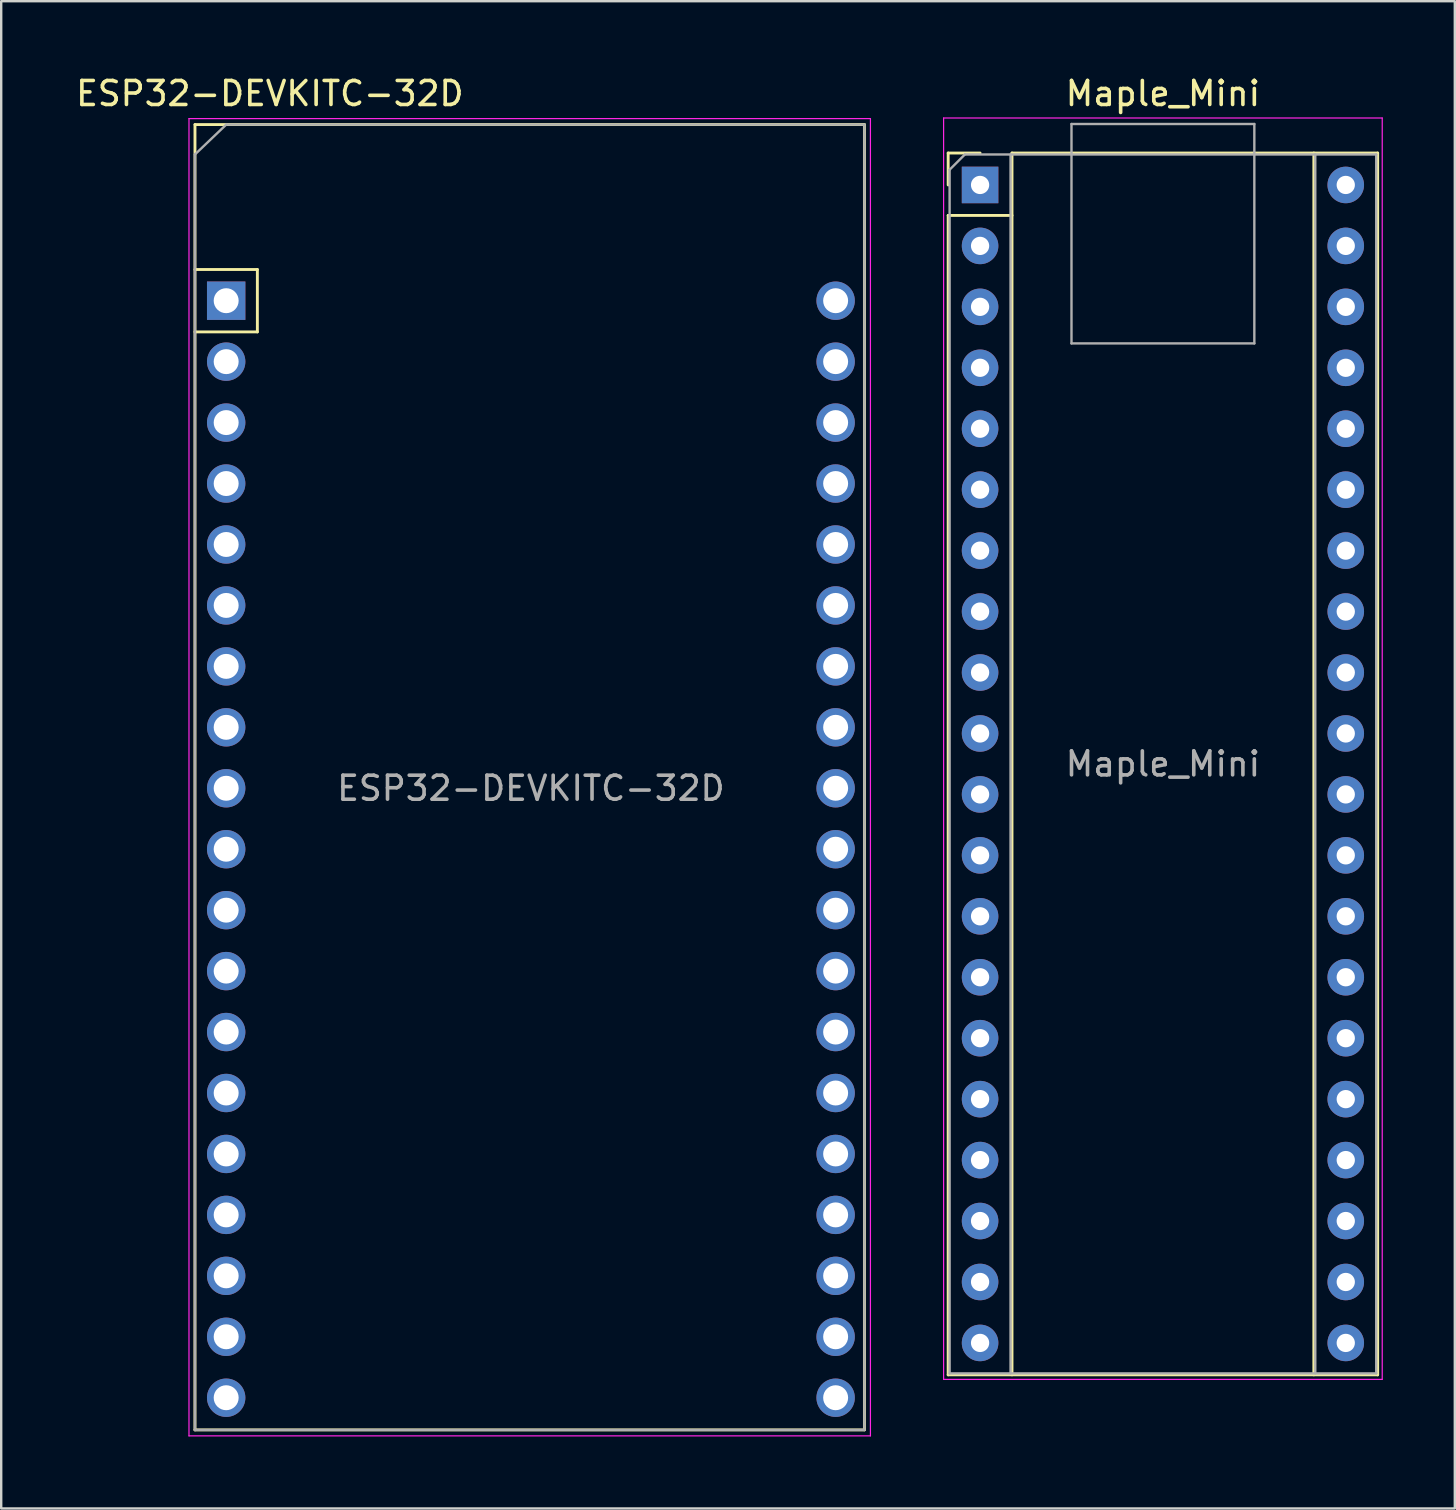
<source format=kicad_pcb>
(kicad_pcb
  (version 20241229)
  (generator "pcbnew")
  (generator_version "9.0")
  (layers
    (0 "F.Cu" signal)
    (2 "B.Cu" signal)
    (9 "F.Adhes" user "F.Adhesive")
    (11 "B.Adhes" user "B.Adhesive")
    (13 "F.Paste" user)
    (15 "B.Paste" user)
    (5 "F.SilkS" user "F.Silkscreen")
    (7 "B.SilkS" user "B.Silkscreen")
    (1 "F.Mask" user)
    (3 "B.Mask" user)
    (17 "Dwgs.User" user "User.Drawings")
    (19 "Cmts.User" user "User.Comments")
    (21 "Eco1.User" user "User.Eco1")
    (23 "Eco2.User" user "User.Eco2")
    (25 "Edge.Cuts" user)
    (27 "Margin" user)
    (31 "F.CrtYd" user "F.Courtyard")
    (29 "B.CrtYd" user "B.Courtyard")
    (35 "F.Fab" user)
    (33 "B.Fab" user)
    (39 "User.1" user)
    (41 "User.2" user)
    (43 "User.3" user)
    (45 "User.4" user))
  (footprint "Maple_Mini"
    (layer "F.Cu")
    (at 37.796 4.658)
    (property "Reference" "Maple_Mini" (at 7.62 -3.81 0) (layer "F.SilkS") (effects (font (size 1 1) (thickness 0.15))))
    (attr through_hole)
    (fp_line (start -1.33 -1.33) (end -1.33 0) (stroke (width 0.12) (type solid)) (layer "F.SilkS"))
    (fp_line (start -1.33 1.27) (end 1.33 1.27) (stroke (width 0.12) (type solid)) (layer "F.SilkS"))
    (fp_line (start -1.33 49.59) (end -1.33 1.27) (stroke (width 0.12) (type solid)) (layer "F.SilkS"))
    (fp_line (start 0 -1.33) (end -1.33 -1.33) (stroke (width 0.12) (type solid)) (layer "F.SilkS"))
    (fp_line (start 1.33 -1.33) (end 1.33 49.59) (stroke (width 0.12) (type solid)) (layer "F.SilkS"))
    (fp_line (start 1.33 -1.33) (end 16.57 -1.33) (stroke (width 0.12) (type solid)) (layer "F.SilkS"))
    (fp_line (start 13.91 49.59) (end 13.91 -1.33) (stroke (width 0.12) (type solid)) (layer "F.SilkS"))
    (fp_line (start 16.57 -1.33) (end 16.57 49.59) (stroke (width 0.12) (type solid)) (layer "F.SilkS"))
    (fp_line (start 16.57 49.59) (end -1.33 49.59) (stroke (width 0.12) (type solid)) (layer "F.SilkS"))
    (fp_line (start -1.52 -2.79) (end 16.76 -2.79) (stroke (width 0.05) (type solid)) (layer "F.CrtYd"))
    (fp_line (start -1.52 49.78) (end -1.52 -2.79) (stroke (width 0.05) (type solid)) (layer "F.CrtYd"))
    (fp_line (start 16.76 -2.79) (end 16.76 49.78) (stroke (width 0.05) (type solid)) (layer "F.CrtYd"))
    (fp_line (start 16.76 49.78) (end -1.52 49.78) (stroke (width 0.05) (type solid)) (layer "F.CrtYd"))
    (fp_line (start -1.27 -0.635) (end -0.635 -1.27) (stroke (width 0.1) (type solid)) (layer "F.Fab"))
    (fp_line (start -1.27 49.53) (end -1.27 -0.635) (stroke (width 0.1) (type solid)) (layer "F.Fab"))
    (fp_line (start -0.635 -1.27) (end 16.51 -1.27) (stroke (width 0.1) (type solid)) (layer "F.Fab"))
    (fp_line (start 1.27 -1.27) (end 1.27 49.53) (stroke (width 0.1) (type solid)) (layer "F.Fab"))
    (fp_line (start 3.81 -2.54) (end 11.43 -2.54) (stroke (width 0.1) (type solid)) (layer "F.Fab"))
    (fp_line (start 3.81 6.604) (end 3.81 -2.54) (stroke (width 0.1) (type solid)) (layer "F.Fab"))
    (fp_line (start 3.81 6.604) (end 11.43 6.604) (stroke (width 0.1) (type solid)) (layer "F.Fab"))
    (fp_line (start 11.43 -2.54) (end 11.43 6.604) (stroke (width 0.1) (type solid)) (layer "F.Fab"))
    (fp_line (start 13.97 -1.27) (end 13.97 49.53) (stroke (width 0.1) (type solid)) (layer "F.Fab"))
    (fp_line (start 16.51 -1.27) (end 16.51 49.53) (stroke (width 0.1) (type solid)) (layer "F.Fab"))
    (fp_line (start 16.51 49.53) (end -1.27 49.53) (stroke (width 0.1) (type solid)) (layer "F.Fab"))
    (fp_text user "${REFERENCE}" (at 7.62 24.13 0) (layer "F.Fab") (effects (font (size 1 1) (thickness 0.15))))
    (pad "1" thru_hole rect (at 0 0) (size 1.524 1.524) (drill 0.762) (layers "*.Cu" "*.Mask"))
    (pad "2" thru_hole circle (at 0 2.54) (size 1.524 1.524) (drill 0.762) (layers "*.Cu" "*.Mask"))
    (pad "3" thru_hole circle (at 0 5.08) (size 1.524 1.524) (drill 0.762) (layers "*.Cu" "*.Mask"))
    (pad "4" thru_hole circle (at 0 7.62) (size 1.524 1.524) (drill 0.762) (layers "*.Cu" "*.Mask"))
    (pad "5" thru_hole circle (at 0 10.16) (size 1.524 1.524) (drill 0.762) (layers "*.Cu" "*.Mask"))
    (pad "6" thru_hole circle (at 0 12.7) (size 1.524 1.524) (drill 0.762) (layers "*.Cu" "*.Mask"))
    (pad "7" thru_hole circle (at 0 15.24) (size 1.524 1.524) (drill 0.762) (layers "*.Cu" "*.Mask"))
    (pad "8" thru_hole circle (at 0 17.78) (size 1.524 1.524) (drill 0.762) (layers "*.Cu" "*.Mask"))
    (pad "9" thru_hole circle (at 0 20.32) (size 1.524 1.524) (drill 0.762) (layers "*.Cu" "*.Mask"))
    (pad "10" thru_hole circle (at 0 22.86) (size 1.524 1.524) (drill 0.762) (layers "*.Cu" "*.Mask"))
    (pad "11" thru_hole circle (at 0 25.4) (size 1.524 1.524) (drill 0.762) (layers "*.Cu" "*.Mask"))
    (pad "12" thru_hole circle (at 0 27.94) (size 1.524 1.524) (drill 0.762) (layers "*.Cu" "*.Mask"))
    (pad "13" thru_hole circle (at 0 30.48) (size 1.524 1.524) (drill 0.762) (layers "*.Cu" "*.Mask"))
    (pad "14" thru_hole circle (at 0 33.02) (size 1.524 1.524) (drill 0.762) (layers "*.Cu" "*.Mask"))
    (pad "15" thru_hole circle (at 0 35.56) (size 1.524 1.524) (drill 0.762) (layers "*.Cu" "*.Mask"))
    (pad "16" thru_hole circle (at 0 38.1) (size 1.524 1.524) (drill 0.762) (layers "*.Cu" "*.Mask"))
    (pad "17" thru_hole circle (at 0 40.64) (size 1.524 1.524) (drill 0.762) (layers "*.Cu" "*.Mask"))
    (pad "18" thru_hole circle (at 0 43.18) (size 1.524 1.524) (drill 0.762) (layers "*.Cu" "*.Mask"))
    (pad "19" thru_hole circle (at 0 45.72) (size 1.524 1.524) (drill 0.762) (layers "*.Cu" "*.Mask"))
    (pad "20" thru_hole circle (at 0 48.26) (size 1.524 1.524) (drill 0.762) (layers "*.Cu" "*.Mask"))
    (pad "21" thru_hole circle (at 15.24 48.26) (size 1.524 1.524) (drill 0.762) (layers "*.Cu" "*.Mask"))
    (pad "22" thru_hole circle (at 15.24 45.72) (size 1.524 1.524) (drill 0.762) (layers "*.Cu" "*.Mask"))
    (pad "23" thru_hole circle (at 15.24 43.18) (size 1.524 1.524) (drill 0.762) (layers "*.Cu" "*.Mask"))
    (pad "24" thru_hole circle (at 15.24 40.64) (size 1.524 1.524) (drill 0.762) (layers "*.Cu" "*.Mask"))
    (pad "25" thru_hole circle (at 15.24 38.1) (size 1.524 1.524) (drill 0.762) (layers "*.Cu" "*.Mask"))
    (pad "26" thru_hole circle (at 15.24 35.56) (size 1.524 1.524) (drill 0.762) (layers "*.Cu" "*.Mask"))
    (pad "27" thru_hole circle (at 15.24 33.02) (size 1.524 1.524) (drill 0.762) (layers "*.Cu" "*.Mask"))
    (pad "28" thru_hole circle (at 15.24 30.48) (size 1.524 1.524) (drill 0.762) (layers "*.Cu" "*.Mask"))
    (pad "29" thru_hole circle (at 15.24 27.94) (size 1.524 1.524) (drill 0.762) (layers "*.Cu" "*.Mask"))
    (pad "30" thru_hole circle (at 15.24 25.4) (size 1.524 1.524) (drill 0.762) (layers "*.Cu" "*.Mask"))
    (pad "31" thru_hole circle (at 15.24 22.86) (size 1.524 1.524) (drill 0.762) (layers "*.Cu" "*.Mask"))
    (pad "32" thru_hole circle (at 15.24 20.32) (size 1.524 1.524) (drill 0.762) (layers "*.Cu" "*.Mask"))
    (pad "33" thru_hole circle (at 15.24 17.78) (size 1.524 1.524) (drill 0.762) (layers "*.Cu" "*.Mask"))
    (pad "34" thru_hole circle (at 15.24 15.24) (size 1.524 1.524) (drill 0.762) (layers "*.Cu" "*.Mask"))
    (pad "35" thru_hole circle (at 15.24 12.7) (size 1.524 1.524) (drill 0.762) (layers "*.Cu" "*.Mask"))
    (pad "36" thru_hole circle (at 15.24 10.16) (size 1.524 1.524) (drill 0.762) (layers "*.Cu" "*.Mask"))
    (pad "37" thru_hole circle (at 15.24 7.62) (size 1.524 1.524) (drill 0.762) (layers "*.Cu" "*.Mask"))
    (pad "38" thru_hole circle (at 15.24 5.08) (size 1.524 1.524) (drill 0.762) (layers "*.Cu" "*.Mask"))
    (pad "39" thru_hole circle (at 15.24 2.54) (size 1.524 1.524) (drill 0.762) (layers "*.Cu" "*.Mask"))
    (pad "40" thru_hole circle (at 15.24 0) (size 1.524 1.524) (drill 0.762) (layers "*.Cu" "*.Mask")))
  (footprint "ESP32-DEVKITC-32D"
    (layer "F.Cu")
    (at 6.376 9.482)
    (property "Reference" "ESP32-DEVKITC-32D" (at 1.82 -8.634 0) (layer "F.SilkS") (effects (font (size 1 1) (thickness 0.15))))
    (attr through_hole)
    (fp_line (start -1.3 -7.34) (end 26.6 -7.34) (stroke (width 0.12) (type solid)) (layer "F.SilkS"))
    (fp_line (start -1.3 -1.3) (end 1.3 -1.3) (stroke (width 0.12) (type solid)) (layer "F.SilkS"))
    (fp_line (start -1.3 47.06) (end -1.3 -7.34) (stroke (width 0.12) (type solid)) (layer "F.SilkS"))
    (fp_line (start 1.3 -1.3) (end 1.3 1.3) (stroke (width 0.12) (type solid)) (layer "F.SilkS"))
    (fp_line (start 1.3 1.3) (end -1.3 1.3) (stroke (width 0.12) (type solid)) (layer "F.SilkS"))
    (fp_line (start 26.6 -7.34) (end 26.6 47.06) (stroke (width 0.12) (type solid)) (layer "F.SilkS"))
    (fp_line (start 26.6 47.06) (end -1.3 47.06) (stroke (width 0.12) (type solid)) (layer "F.SilkS"))
    (fp_line (start -1.55 -7.59) (end 26.85 -7.59) (stroke (width 0.05) (type solid)) (layer "F.CrtYd"))
    (fp_line (start -1.55 47.31) (end -1.55 -7.59) (stroke (width 0.05) (type solid)) (layer "F.CrtYd"))
    (fp_line (start 26.85 -7.59) (end 26.85 47.31) (stroke (width 0.05) (type solid)) (layer "F.CrtYd"))
    (fp_line (start 26.85 47.31) (end -1.55 47.31) (stroke (width 0.05) (type solid)) (layer "F.CrtYd"))
    (fp_line (start -1.301 -6.096) (end 0 -7.338) (stroke (width 0.1) (type solid)) (layer "F.Fab"))
    (fp_line (start -1.301 47.062) (end -1.301 -6.096) (stroke (width 0.1) (type solid)) (layer "F.Fab"))
    (fp_line (start 0 -7.338) (end 26.599 -7.338) (stroke (width 0.1) (type solid)) (layer "F.Fab"))
    (fp_line (start 26.599 -7.338) (end 26.599 47.062) (stroke (width 0.1) (type solid)) (layer "F.Fab"))
    (fp_line (start 26.599 47.062) (end -1.301 47.062) (stroke (width 0.1) (type solid)) (layer "F.Fab"))
    (fp_text user "${REFERENCE}" (at 12.7 20.32 0) (layer "F.Fab") (effects (font (size 1 1) (thickness 0.15))))
    (pad "1" thru_hole rect (at 0 0) (size 1.6 1.6) (drill 1.04) (layers "*.Cu" "*.Mask"))
    (pad "2" thru_hole circle (at 0 2.54) (size 1.6 1.6) (drill 1.04) (layers "*.Cu" "*.Mask"))
    (pad "3" thru_hole circle (at 0 5.08) (size 1.6 1.6) (drill 1.04) (layers "*.Cu" "*.Mask"))
    (pad "4" thru_hole circle (at 0 7.62) (size 1.6 1.6) (drill 1.04) (layers "*.Cu" "*.Mask"))
    (pad "5" thru_hole circle (at 0 10.16) (size 1.6 1.6) (drill 1.04) (layers "*.Cu" "*.Mask"))
    (pad "6" thru_hole circle (at 0 12.7) (size 1.6 1.6) (drill 1.04) (layers "*.Cu" "*.Mask"))
    (pad "7" thru_hole circle (at 0 15.24) (size 1.6 1.6) (drill 1.04) (layers "*.Cu" "*.Mask"))
    (pad "8" thru_hole circle (at 0 17.78) (size 1.6 1.6) (drill 1.04) (layers "*.Cu" "*.Mask"))
    (pad "9" thru_hole circle (at 0 20.32) (size 1.6 1.6) (drill 1.04) (layers "*.Cu" "*.Mask"))
    (pad "10" thru_hole circle (at 0 22.86) (size 1.6 1.6) (drill 1.04) (layers "*.Cu" "*.Mask"))
    (pad "11" thru_hole circle (at 0 25.4) (size 1.6 1.6) (drill 1.04) (layers "*.Cu" "*.Mask"))
    (pad "12" thru_hole circle (at 0 27.94) (size 1.6 1.6) (drill 1.04) (layers "*.Cu" "*.Mask"))
    (pad "13" thru_hole circle (at 0 30.48) (size 1.6 1.6) (drill 1.04) (layers "*.Cu" "*.Mask"))
    (pad "14" thru_hole circle (at 0 33.02) (size 1.6 1.6) (drill 1.04) (layers "*.Cu" "*.Mask"))
    (pad "15" thru_hole circle (at 0 35.56) (size 1.6 1.6) (drill 1.04) (layers "*.Cu" "*.Mask"))
    (pad "16" thru_hole circle (at 0 38.1) (size 1.6 1.6) (drill 1.04) (layers "*.Cu" "*.Mask"))
    (pad "17" thru_hole circle (at 0 40.64) (size 1.6 1.6) (drill 1.04) (layers "*.Cu" "*.Mask"))
    (pad "18" thru_hole circle (at 0 43.18) (size 1.6 1.6) (drill 1.04) (layers "*.Cu" "*.Mask"))
    (pad "19" thru_hole circle (at 0 45.72) (size 1.6 1.6) (drill 1.04) (layers "*.Cu" "*.Mask"))
    (pad "20" thru_hole circle (at 25.4 0) (size 1.6 1.6) (drill 1.04) (layers "*.Cu" "*.Mask"))
    (pad "21" thru_hole circle (at 25.4 2.54) (size 1.6 1.6) (drill 1.04) (layers "*.Cu" "*.Mask"))
    (pad "22" thru_hole circle (at 25.4 5.08) (size 1.6 1.6) (drill 1.04) (layers "*.Cu" "*.Mask"))
    (pad "23" thru_hole circle (at 25.4 7.62) (size 1.6 1.6) (drill 1.04) (layers "*.Cu" "*.Mask"))
    (pad "24" thru_hole circle (at 25.4 10.16) (size 1.6 1.6) (drill 1.04) (layers "*.Cu" "*.Mask"))
    (pad "25" thru_hole circle (at 25.4 12.7) (size 1.6 1.6) (drill 1.04) (layers "*.Cu" "*.Mask"))
    (pad "26" thru_hole circle (at 25.4 15.24) (size 1.6 1.6) (drill 1.04) (layers "*.Cu" "*.Mask"))
    (pad "27" thru_hole circle (at 25.4 17.78) (size 1.6 1.6) (drill 1.04) (layers "*.Cu" "*.Mask"))
    (pad "28" thru_hole circle (at 25.4 20.32) (size 1.6 1.6) (drill 1.04) (layers "*.Cu" "*.Mask"))
    (pad "29" thru_hole circle (at 25.4 22.86) (size 1.6 1.6) (drill 1.04) (layers "*.Cu" "*.Mask"))
    (pad "30" thru_hole circle (at 25.4 25.4) (size 1.6 1.6) (drill 1.04) (layers "*.Cu" "*.Mask"))
    (pad "31" thru_hole circle (at 25.4 27.94) (size 1.6 1.6) (drill 1.04) (layers "*.Cu" "*.Mask"))
    (pad "32" thru_hole circle (at 25.4 30.48) (size 1.6 1.6) (drill 1.04) (layers "*.Cu" "*.Mask"))
    (pad "33" thru_hole circle (at 25.4 33.02) (size 1.6 1.6) (drill 1.04) (layers "*.Cu" "*.Mask"))
    (pad "34" thru_hole circle (at 25.4 35.56) (size 1.6 1.6) (drill 1.04) (layers "*.Cu" "*.Mask"))
    (pad "35" thru_hole circle (at 25.4 38.1) (size 1.6 1.6) (drill 1.04) (layers "*.Cu" "*.Mask"))
    (pad "36" thru_hole circle (at 25.4 40.64) (size 1.6 1.6) (drill 1.04) (layers "*.Cu" "*.Mask"))
    (pad "37" thru_hole circle (at 25.4 43.18) (size 1.6 1.6) (drill 1.04) (layers "*.Cu" "*.Mask"))
    (pad "38" thru_hole circle (at 25.4 45.72) (size 1.6 1.6) (drill 1.04) (layers "*.Cu" "*.Mask")))
  (gr_rect
    (start -3 -3)
    (end 57.581 59.817)
    (stroke (width 0.1) (type default))
    (fill no)
    (layer "Edge.Cuts")))
</source>
